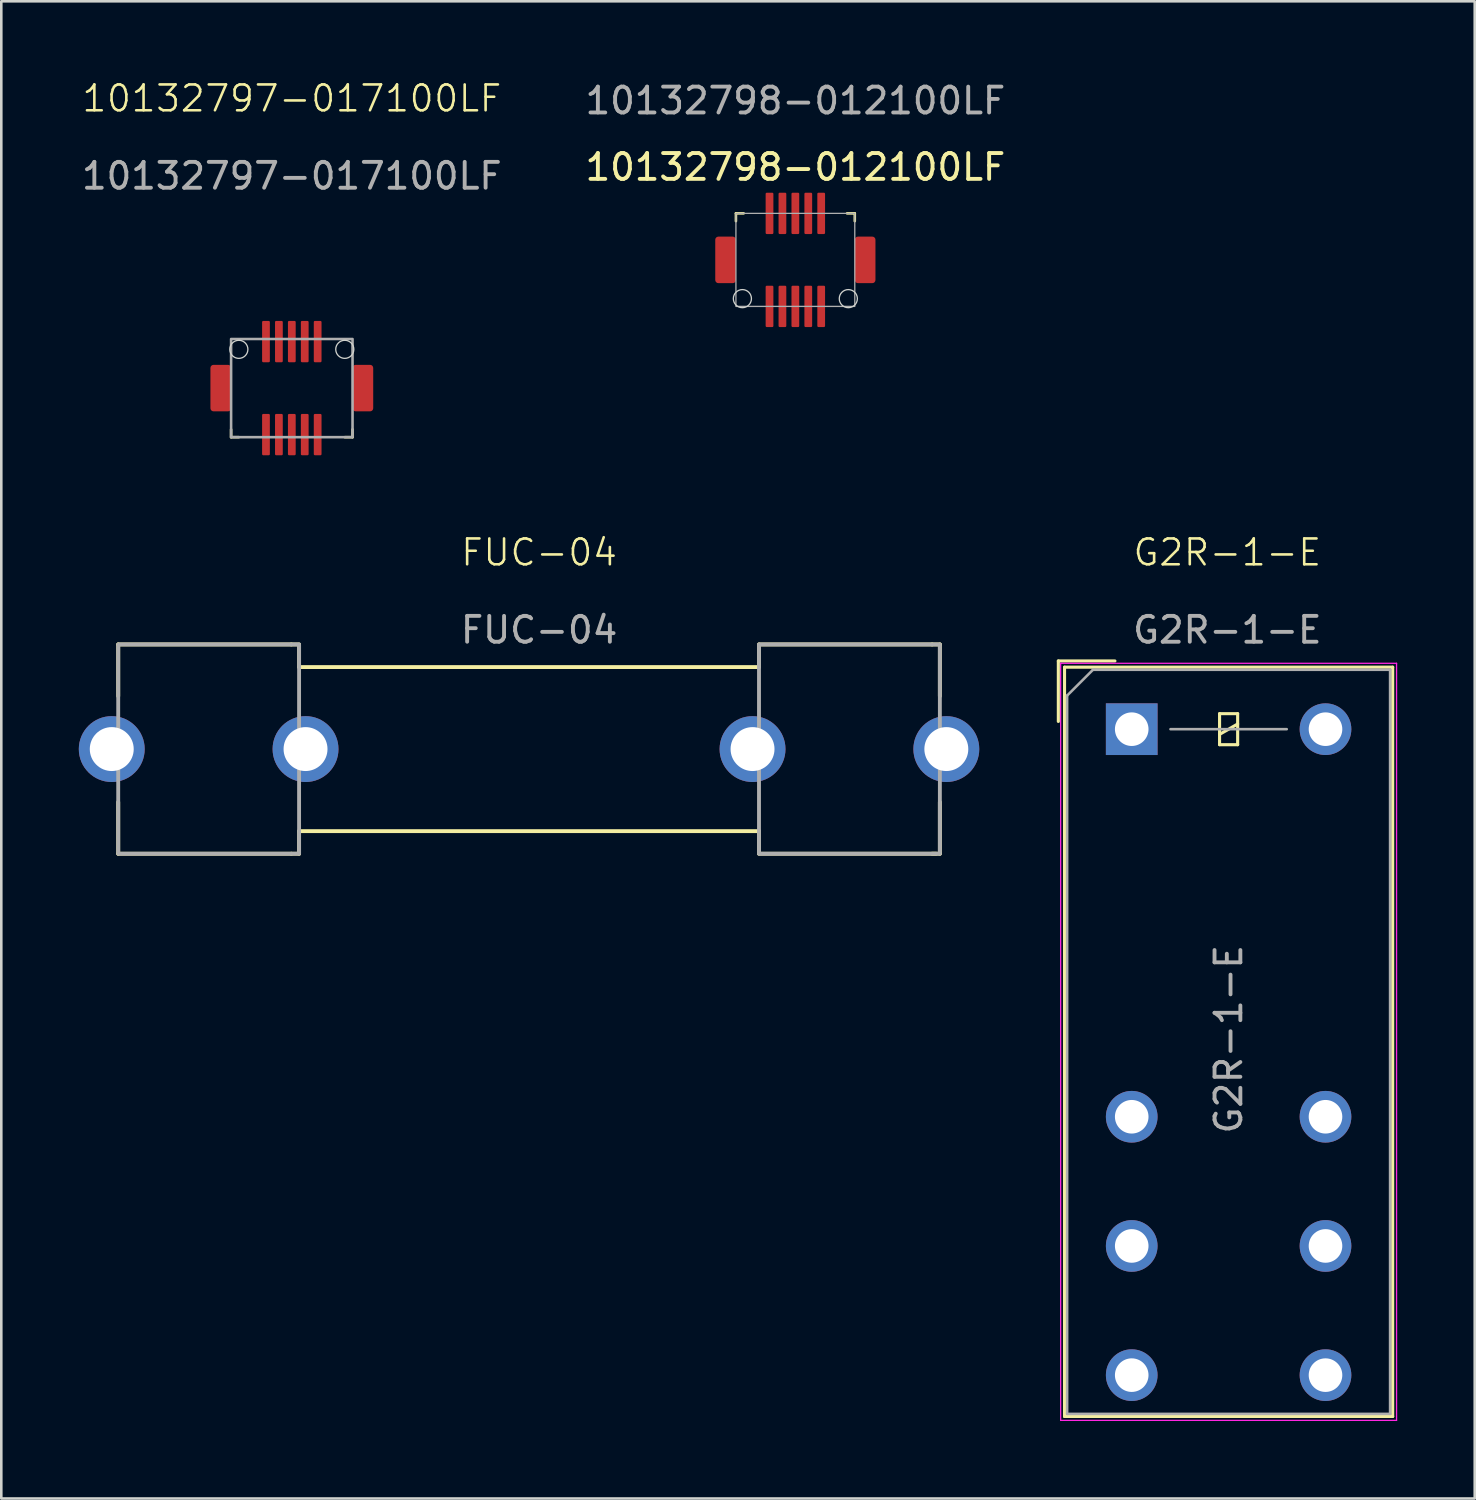
<source format=kicad_pcb>
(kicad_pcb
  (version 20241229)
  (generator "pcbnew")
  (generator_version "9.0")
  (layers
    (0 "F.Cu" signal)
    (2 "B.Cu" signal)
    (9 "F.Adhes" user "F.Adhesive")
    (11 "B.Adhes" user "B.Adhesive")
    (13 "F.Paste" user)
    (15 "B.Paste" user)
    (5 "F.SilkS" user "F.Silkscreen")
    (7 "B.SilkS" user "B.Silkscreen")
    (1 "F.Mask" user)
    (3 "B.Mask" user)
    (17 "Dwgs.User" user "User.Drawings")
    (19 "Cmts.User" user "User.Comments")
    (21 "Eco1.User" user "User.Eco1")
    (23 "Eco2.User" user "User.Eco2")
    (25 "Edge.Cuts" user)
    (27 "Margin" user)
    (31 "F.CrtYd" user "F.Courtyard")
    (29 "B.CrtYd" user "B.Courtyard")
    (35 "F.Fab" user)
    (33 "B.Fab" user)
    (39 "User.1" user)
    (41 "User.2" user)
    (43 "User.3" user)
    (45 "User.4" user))
  (footprint "FUC-04"
    (layer "F.Cu")
    (at 5.025 25.941)
    (property "Reference" "FUC-04" (at 12.79 -7.61 0) (unlocked yes) (layer "F.SilkS") (effects (font (size 1 1) (thickness 0.1))))
    (attr smd)
    (fp_line (start -3.5 -4.05) (end -3.5 -2.05) (stroke (width 0.15) (type solid)) (layer "F.SilkS"))
    (fp_line (start -3.5 -4.05) (end 3.2 -4.05) (stroke (width 0.15) (type solid)) (layer "F.SilkS"))
    (fp_line (start -3.5 4.05) (end -3.5 2.05) (stroke (width 0.15) (type solid)) (layer "F.SilkS"))
    (fp_line (start -3.5 4.05) (end 3.2 4.05) (stroke (width 0.15) (type solid)) (layer "F.SilkS"))
    (fp_line (start 3.5 -4.05) (end 3.2 -4.05) (stroke (width 0.15) (type solid)) (layer "F.SilkS"))
    (fp_line (start 3.5 -4.04) (end 3.5 -3.175) (stroke (width 0.15) (type solid)) (layer "F.SilkS"))
    (fp_line (start 3.5 -3.175) (end 21.3 -3.175) (stroke (width 0.15) (type solid)) (layer "F.SilkS"))
    (fp_line (start 3.5 3.175) (end 21.3 3.175) (stroke (width 0.15) (type solid)) (layer "F.SilkS"))
    (fp_line (start 3.5 4.05) (end 3.2 4.05) (stroke (width 0.15) (type solid)) (layer "F.SilkS"))
    (fp_line (start 3.5 4.05) (end 3.5 3.175) (stroke (width 0.15) (type solid)) (layer "F.SilkS"))
    (fp_line (start 21.3 -4.05) (end 21.3 -3.175) (stroke (width 0.15) (type solid)) (layer "F.SilkS"))
    (fp_line (start 21.3 4.04) (end 21.3 3.175) (stroke (width 0.15) (type solid)) (layer "F.SilkS"))
    (fp_line (start 21.3 4.05) (end 28.15 4.05) (stroke (width 0.15) (type solid)) (layer "F.SilkS"))
    (fp_line (start 21.31 -4.05) (end 28 -4.05) (stroke (width 0.15) (type solid)) (layer "F.SilkS"))
    (fp_line (start 28 -4.05) (end 28.3 -4.05) (stroke (width 0.15) (type solid)) (layer "F.SilkS"))
    (fp_line (start 28 4.05) (end 28.3 4.05) (stroke (width 0.15) (type solid)) (layer "F.SilkS"))
    (fp_line (start 28.3 -4.05) (end 28.3 -2.05) (stroke (width 0.15) (type solid)) (layer "F.SilkS"))
    (fp_line (start 28.3 4.05) (end 28.3 2.05) (stroke (width 0.15) (type solid)) (layer "F.SilkS"))
    (fp_rect (start -3.5 -4.05) (end 3.5 4.05) (stroke (width 0.15) (type solid)) (fill no) (layer "F.Fab"))
    (fp_rect (start 21.3 -4.05) (end 28.3 4.05) (stroke (width 0.15) (type solid)) (fill no) (layer "F.Fab"))
    (fp_text user "${REFERENCE}" (at 12.79 -4.61 0) (unlocked yes) (layer "F.Fab") (effects (font (size 1 1) (thickness 0.15))))
    (pad "1" thru_hole circle (at -3.75 0) (size 2.55 2.55) (drill 1.7) (layers "*.Cu" "*.Mask"))
    (pad "1" thru_hole circle (at 3.75 0) (size 2.55 2.55) (drill 1.7) (layers "*.Cu" "*.Mask"))
    (pad "2" thru_hole circle (at 21.05 0) (size 2.55 2.55) (drill 1.7) (layers "*.Cu" "*.Mask"))
    (pad "2" thru_hole circle (at 28.55 0) (size 2.55 2.55) (drill 1.7) (layers "*.Cu" "*.Mask")))
  (footprint "G2R-1-E"
    (layer "F.Cu")
    (at 38.15 22.771)
    (property "Reference" "G2R-1-E" (at 6.3 -4.44 0) (unlocked yes) (layer "F.SilkS") (effects (font (size 1 1) (thickness 0.1))))
    (attr smd)
    (fp_line (start -0.24 -0.24) (end 1.95 -0.24) (stroke (width 0.12) (type solid)) (layer "F.SilkS"))
    (fp_line (start -0.24 2.1) (end -0.24 -0.24) (stroke (width 0.12) (type solid)) (layer "F.SilkS"))
    (fp_line (start 0 0) (end 0 29) (stroke (width 0.12) (type solid)) (layer "F.SilkS"))
    (fp_line (start 0 29) (end 12.7 29) (stroke (width 0.12) (type solid)) (layer "F.SilkS"))
    (fp_line (start 6 1.8) (end 6 3) (stroke (width 0.12) (type solid)) (layer "F.SilkS"))
    (fp_line (start 6 2.6) (end 6.7 2.2) (stroke (width 0.12) (type solid)) (layer "F.SilkS"))
    (fp_line (start 6 3) (end 6.7 3) (stroke (width 0.12) (type solid)) (layer "F.SilkS"))
    (fp_line (start 6.7 1.8) (end 6 1.8) (stroke (width 0.12) (type solid)) (layer "F.SilkS"))
    (fp_line (start 6.7 3) (end 6.7 1.8) (stroke (width 0.12) (type solid)) (layer "F.SilkS"))
    (fp_line (start 12.7 0) (end 0 0) (stroke (width 0.12) (type solid)) (layer "F.SilkS"))
    (fp_line (start 12.7 29) (end 12.7 0) (stroke (width 0.12) (type solid)) (layer "F.SilkS"))
    (fp_line (start -0.15 -0.15) (end -0.15 29.15) (stroke (width 0.05) (type solid)) (layer "F.CrtYd"))
    (fp_line (start -0.15 29.15) (end 12.85 29.15) (stroke (width 0.05) (type solid)) (layer "F.CrtYd"))
    (fp_line (start 12.85 -0.15) (end -0.15 -0.15) (stroke (width 0.05) (type solid)) (layer "F.CrtYd"))
    (fp_line (start 12.85 29.15) (end 12.85 -0.15) (stroke (width 0.05) (type solid)) (layer "F.CrtYd"))
    (fp_line (start 0.1 1.1) (end 0.1 28.9) (stroke (width 0.1) (type solid)) (layer "F.Fab"))
    (fp_line (start 0.1 28.9) (end 12.6 28.9) (stroke (width 0.1) (type solid)) (layer "F.Fab"))
    (fp_line (start 1.1 0.1) (end 0.1 1.1) (stroke (width 0.1) (type solid)) (layer "F.Fab"))
    (fp_line (start 4.1 2.4) (end 8.6 2.4) (stroke (width 0.1) (type solid)) (layer "F.Fab"))
    (fp_line (start 12.6 0.1) (end 1.1 0.1) (stroke (width 0.1) (type solid)) (layer "F.Fab"))
    (fp_line (start 12.6 28.9) (end 12.6 0.1) (stroke (width 0.1) (type solid)) (layer "F.Fab"))
    (fp_text user "${REFERENCE}" (at 6.35 14.4 90) (layer "F.Fab") (effects (font (size 1 1) (thickness 0.15))))
    (fp_text user "${REFERENCE}" (at 6.3 -1.44 0) (unlocked yes) (layer "F.Fab") (effects (font (size 1 1) (thickness 0.15))))
    (pad "11" thru_hole circle (at 2.6 22.4) (size 2 2) (drill 1.3) (layers "*.Cu" "*.Mask"))
    (pad "11" thru_hole circle (at 10.1 22.4) (size 2 2) (drill 1.3) (layers "*.Cu" "*.Mask"))
    (pad "12" thru_hole circle (at 2.6 17.4) (size 2 2) (drill 1.3) (layers "*.Cu" "*.Mask"))
    (pad "12" thru_hole circle (at 10.1 17.4) (size 2 2) (drill 1.3) (layers "*.Cu" "*.Mask"))
    (pad "14" thru_hole circle (at 2.6 27.4) (size 2 2) (drill 1.3) (layers "*.Cu" "*.Mask"))
    (pad "14" thru_hole circle (at 10.1 27.4) (size 2 2) (drill 1.3) (layers "*.Cu" "*.Mask"))
    (pad "A1" thru_hole rect (at 2.6 2.4) (size 2 2) (drill 1.3) (layers "*.Cu" "*.Mask"))
    (pad "A2" thru_hole circle (at 10.1 2.4) (size 2 2) (drill 1.3) (layers "*.Cu" "*.Mask")))
  (footprint "10132797-017100LF"
    (layer "F.Cu")
    (at 8.244 11.97)
    (property "Reference" "10132797-017100LF" (at 0 -11.21 0) (unlocked yes) (layer "F.SilkS") (effects (font (size 1 1) (thickness 0.1))))
    (attr smd)
    (fp_line (start -2.35 1.9) (end -2.35 1.6) (stroke (width 0.1) (type default)) (layer "F.SilkS"))
    (fp_line (start -2.35 1.9) (end -2.05 1.9) (stroke (width 0.1) (type default)) (layer "F.SilkS"))
    (fp_line (start 2.35 1.9) (end 2.05 1.9) (stroke (width 0.1) (type default)) (layer "F.SilkS"))
    (fp_line (start 2.35 1.9) (end 2.35 1.6) (stroke (width 0.1) (type default)) (layer "F.SilkS"))
    (fp_circle (center -2.05 -1.5) (end -1.7 -1.5) (stroke (width 0.05) (type solid)) (fill no) (layer "Edge.Cuts"))
    (fp_circle (center 2.05 -1.5) (end 2.4 -1.5) (stroke (width 0.05) (type solid)) (fill no) (layer "Edge.Cuts"))
    (fp_rect (start -2.35 -1.9) (end 2.35 1.9) (stroke (width 0.1) (type solid)) (fill no) (layer "F.Fab"))
    (fp_text user "${REFERENCE}" (at 0 -8.21 0) (unlocked yes) (layer "F.Fab") (effects (font (size 1 1) (thickness 0.15))))
    (pad "" smd roundrect (at -2.75 0) (size 0.8 1.8) (layers "F.Cu" "F.Mask" "F.Paste") (roundrect_rratio 0.15))
    (pad "" smd roundrect (at 2.75 0) (size 0.8 1.8) (layers "F.Cu" "F.Mask" "F.Paste") (roundrect_rratio 0.15))
    (pad "1" smd roundrect (at -1 1.8) (size 0.3 1.6) (layers "F.Cu" "F.Mask" "F.Paste") (roundrect_rratio 0.15))
    (pad "2" smd roundrect (at -0.5 1.8) (size 0.3 1.6) (layers "F.Cu" "F.Mask" "F.Paste") (roundrect_rratio 0.15))
    (pad "3" smd roundrect (at 0 1.8) (size 0.3 1.6) (layers "F.Cu" "F.Mask" "F.Paste") (roundrect_rratio 0.15))
    (pad "4" smd roundrect (at 0.5 1.8) (size 0.3 1.6) (layers "F.Cu" "F.Mask" "F.Paste") (roundrect_rratio 0.15))
    (pad "5" smd roundrect (at 1 1.8) (size 0.3 1.6) (layers "F.Cu" "F.Mask" "F.Paste") (roundrect_rratio 0.15))
    (pad "6" smd roundrect (at 1 -1.8) (size 0.3 1.6) (layers "F.Cu" "F.Mask" "F.Paste") (roundrect_rratio 0.15))
    (pad "7" smd roundrect (at 0.5 -1.8) (size 0.3 1.6) (layers "F.Cu" "F.Mask" "F.Paste") (roundrect_rratio 0.15))
    (pad "8" smd roundrect (at 0 -1.8) (size 0.3 1.6) (layers "F.Cu" "F.Mask" "F.Paste") (roundrect_rratio 0.15))
    (pad "9" smd roundrect (at -0.5 -1.8) (size 0.3 1.6) (layers "F.Cu" "F.Mask" "F.Paste") (roundrect_rratio 0.15))
    (pad "10" smd roundrect (at -1 -1.8) (size 0.3 1.6) (layers "F.Cu" "F.Mask" "F.Paste") (roundrect_rratio 0.15)))
  (footprint "10132798-012100LF"
    (layer "F.Cu")
    (at 27.732 7.008)
    (property "Reference" "10132798-012100LF" (at 0 -3.59 0) (unlocked yes) (layer "F.SilkS") (effects (font (size 1 1) (thickness 0.15))))
    (attr smd)
    (fp_line (start -2.3 -1.8) (end -2 -1.8) (stroke (width 0.1) (type solid)) (layer "F.SilkS"))
    (fp_line (start -2.3 -1.5) (end -2.3 -1.8) (stroke (width 0.1) (type solid)) (layer "F.SilkS"))
    (fp_line (start 2.3 -1.8) (end 2 -1.8) (stroke (width 0.1) (type solid)) (layer "F.SilkS"))
    (fp_line (start 2.3 -1.8) (end 2.3 -1.5) (stroke (width 0.1) (type solid)) (layer "F.SilkS"))
    (fp_circle (center -2.05 1.5) (end -1.7 1.5) (stroke (width 0.05) (type solid)) (fill no) (layer "Edge.Cuts"))
    (fp_circle (center 2.05 1.5) (end 2.4 1.5) (stroke (width 0.05) (type solid)) (fill no) (layer "Edge.Cuts"))
    (fp_rect (start -2.3 -1.8) (end 2.3 1.8) (stroke (width 0.05) (type solid)) (fill no) (layer "F.Fab"))
    (fp_text user "${REFERENCE}" (at 0 -6.16 0) (unlocked yes) (layer "F.Fab") (effects (font (size 1 1) (thickness 0.15))))
    (pad "" smd roundrect (at -2.7 0) (size 0.8 1.8) (layers "F.Cu" "F.Mask" "F.Paste") (roundrect_rratio 0.15))
    (pad "" smd roundrect (at 2.7 0) (size 0.8 1.8) (layers "F.Cu" "F.Mask" "F.Paste") (roundrect_rratio 0.15))
    (pad "1" smd roundrect (at -1 1.8) (size 0.3 1.6) (layers "F.Cu" "F.Mask" "F.Paste") (roundrect_rratio 0.15))
    (pad "2" smd roundrect (at -0.5 1.8) (size 0.3 1.6) (layers "F.Cu" "F.Mask" "F.Paste") (roundrect_rratio 0.15))
    (pad "3" smd roundrect (at 0 1.8) (size 0.3 1.6) (layers "F.Cu" "F.Mask" "F.Paste") (roundrect_rratio 0.15))
    (pad "4" smd roundrect (at 0.5 1.8) (size 0.3 1.6) (layers "F.Cu" "F.Mask" "F.Paste") (roundrect_rratio 0.15))
    (pad "5" smd roundrect (at 1 1.8) (size 0.3 1.6) (layers "F.Cu" "F.Mask" "F.Paste") (roundrect_rratio 0.15))
    (pad "6" smd roundrect (at 1 -1.8) (size 0.3 1.6) (layers "F.Cu" "F.Mask" "F.Paste") (roundrect_rratio 0.15))
    (pad "7" smd roundrect (at 0.5 -1.8) (size 0.3 1.6) (layers "F.Cu" "F.Mask" "F.Paste") (roundrect_rratio 0.15))
    (pad "8" smd roundrect (at 0 -1.8) (size 0.3 1.6) (layers "F.Cu" "F.Mask" "F.Paste") (roundrect_rratio 0.15))
    (pad "9" smd roundrect (at -0.5 -1.8) (size 0.3 1.6) (layers "F.Cu" "F.Mask" "F.Paste") (roundrect_rratio 0.15))
    (pad "10" smd roundrect (at -1 -1.8) (size 0.3 1.6) (layers "F.Cu" "F.Mask" "F.Paste") (roundrect_rratio 0.15)))
  (gr_rect
    (start -3 -3)
    (end 54.025 54.946)
    (stroke (width 0.1) (type default))
    (fill no)
    (layer "Edge.Cuts")))
</source>
